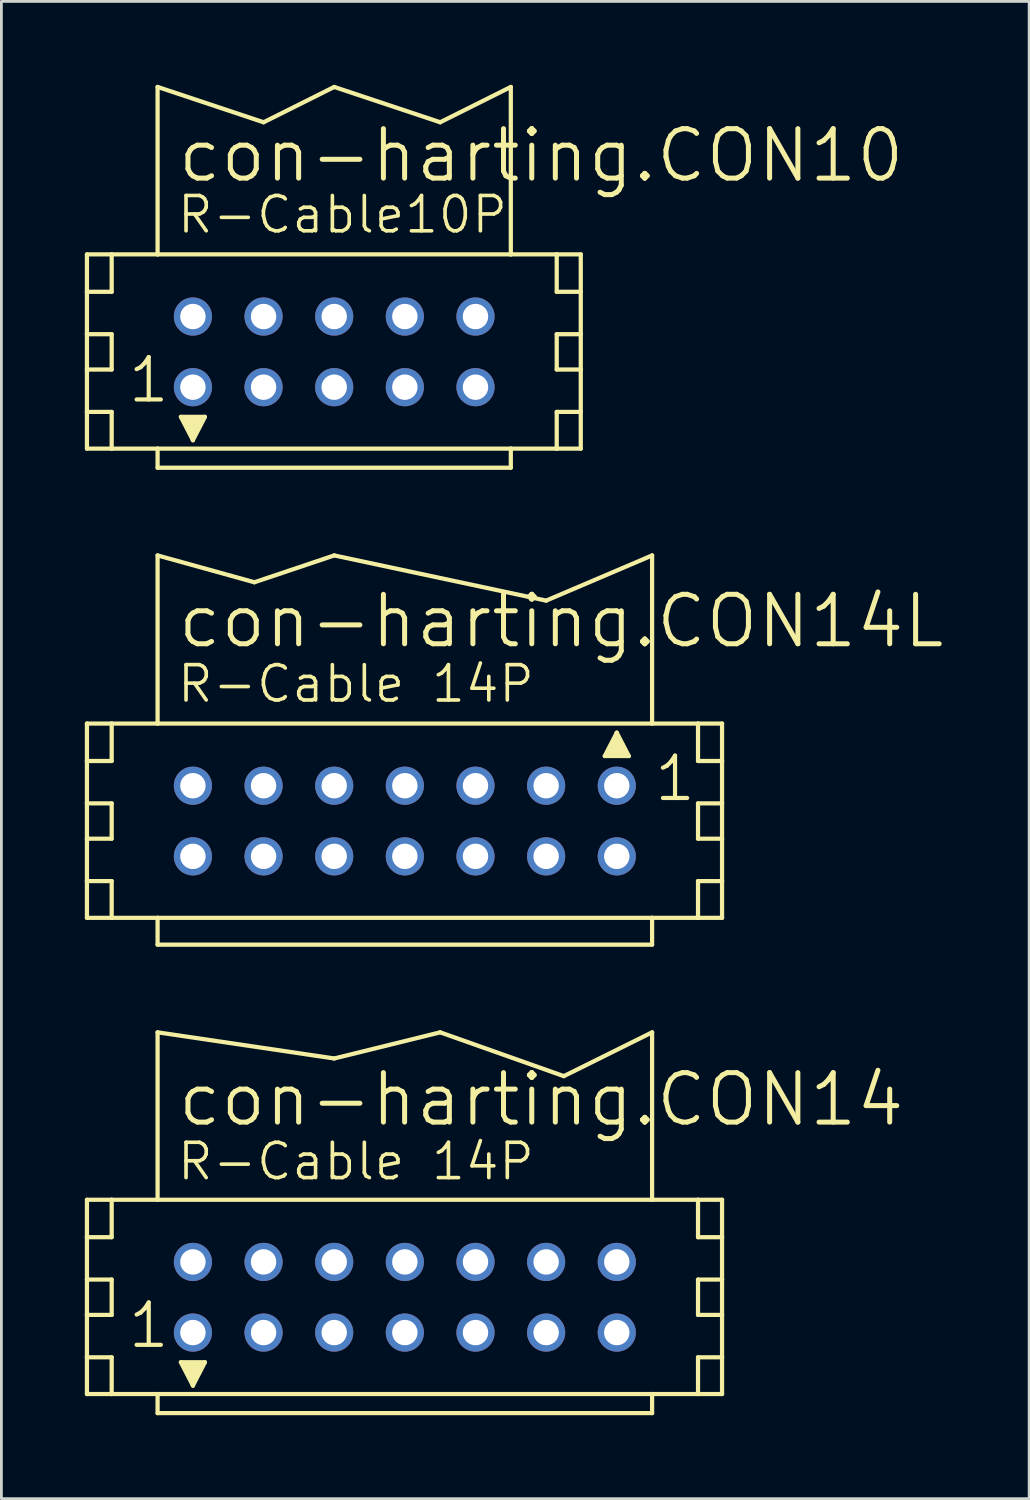
<source format=kicad_pcb>
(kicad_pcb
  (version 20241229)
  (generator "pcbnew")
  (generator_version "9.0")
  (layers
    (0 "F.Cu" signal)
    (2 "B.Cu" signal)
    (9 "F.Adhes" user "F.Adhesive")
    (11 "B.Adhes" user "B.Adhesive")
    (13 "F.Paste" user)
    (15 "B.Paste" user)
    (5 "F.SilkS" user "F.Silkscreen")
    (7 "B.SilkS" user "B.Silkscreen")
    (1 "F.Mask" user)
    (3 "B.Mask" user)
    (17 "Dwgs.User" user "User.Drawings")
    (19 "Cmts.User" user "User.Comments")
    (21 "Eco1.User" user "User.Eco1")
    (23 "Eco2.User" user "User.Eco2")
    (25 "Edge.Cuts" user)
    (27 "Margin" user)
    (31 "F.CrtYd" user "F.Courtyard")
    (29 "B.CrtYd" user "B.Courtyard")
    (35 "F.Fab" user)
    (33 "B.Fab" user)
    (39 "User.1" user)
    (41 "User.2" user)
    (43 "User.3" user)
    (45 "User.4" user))
  (footprint "con-harting.CON14L"
    (layer "F.Cu")
    (at 11.506 26.47)
    (property "Reference" "con-harting.CON14L" (at -8.255 -6.147 0) (layer "F.SilkS") (effects (font (size 1.778 1.778) (thickness 0.18)) (justify left bottom)))
    (attr through_hole)
    (fp_line (start -11.43 -3.505) (end -11.43 -2.159) (stroke (width 0.152) (type default)) (layer "F.SilkS"))
    (fp_line (start -11.43 -2.159) (end -11.43 -0.635) (stroke (width 0.152) (type default)) (layer "F.SilkS"))
    (fp_line (start -11.43 -2.159) (end -10.541 -2.159) (stroke (width 0.152) (type default)) (layer "F.SilkS"))
    (fp_line (start -11.43 -0.635) (end -11.43 0.635) (stroke (width 0.152) (type default)) (layer "F.SilkS"))
    (fp_line (start -11.43 -0.635) (end -10.541 -0.635) (stroke (width 0.152) (type default)) (layer "F.SilkS"))
    (fp_line (start -11.43 0.635) (end -11.43 2.159) (stroke (width 0.152) (type default)) (layer "F.SilkS"))
    (fp_line (start -11.43 0.635) (end -10.541 0.635) (stroke (width 0.152) (type default)) (layer "F.SilkS"))
    (fp_line (start -11.43 2.159) (end -11.43 3.48) (stroke (width 0.152) (type default)) (layer "F.SilkS"))
    (fp_line (start -11.43 2.159) (end -10.541 2.159) (stroke (width 0.152) (type default)) (layer "F.SilkS"))
    (fp_line (start -11.43 3.48) (end -10.541 3.48) (stroke (width 0.152) (type default)) (layer "F.SilkS"))
    (fp_line (start -10.541 -3.505) (end -11.43 -3.505) (stroke (width 0.152) (type default)) (layer "F.SilkS"))
    (fp_line (start -10.541 -3.505) (end -10.541 -2.159) (stroke (width 0.152) (type default)) (layer "F.SilkS"))
    (fp_line (start -10.541 -0.635) (end -10.541 0.635) (stroke (width 0.152) (type default)) (layer "F.SilkS"))
    (fp_line (start -10.541 2.159) (end -10.541 3.48) (stroke (width 0.152) (type default)) (layer "F.SilkS"))
    (fp_line (start -10.541 3.48) (end -8.89 3.48) (stroke (width 0.152) (type default)) (layer "F.SilkS"))
    (fp_line (start -8.89 -3.505) (end -10.541 -3.505) (stroke (width 0.152) (type default)) (layer "F.SilkS"))
    (fp_line (start -8.89 -3.505) (end -8.89 -9.55) (stroke (width 0.152) (type default)) (layer "F.SilkS"))
    (fp_line (start -8.89 3.48) (end -8.89 4.445) (stroke (width 0.152) (type default)) (layer "F.SilkS"))
    (fp_line (start -8.89 3.48) (end 8.89 3.48) (stroke (width 0.152) (type default)) (layer "F.SilkS"))
    (fp_line (start -5.41 -8.585) (end -8.89 -9.55) (stroke (width 0.152) (type default)) (layer "F.SilkS"))
    (fp_line (start -5.41 -8.585) (end -2.54 -9.55) (stroke (width 0.152) (type default)) (layer "F.SilkS"))
    (fp_line (start 5.08 -7.925) (end -2.54 -9.55) (stroke (width 0.152) (type default)) (layer "F.SilkS"))
    (fp_line (start 5.08 -7.925) (end 8.89 -9.55) (stroke (width 0.152) (type default)) (layer "F.SilkS"))
    (fp_line (start 7.188 -2.337) (end 7.62 -3.175) (stroke (width 0.152) (type default)) (layer "F.SilkS"))
    (fp_line (start 7.62 -3.175) (end 7.62 -2.921) (stroke (width 0.152) (type default)) (layer "F.SilkS"))
    (fp_line (start 7.62 -3.175) (end 8.052 -2.337) (stroke (width 0.152) (type default)) (layer "F.SilkS"))
    (fp_line (start 8.052 -2.337) (end 7.188 -2.337) (stroke (width 0.152) (type default)) (layer "F.SilkS"))
    (fp_line (start 8.89 -3.505) (end -8.89 -3.505) (stroke (width 0.152) (type default)) (layer "F.SilkS"))
    (fp_line (start 8.89 -3.505) (end 8.89 -9.55) (stroke (width 0.152) (type default)) (layer "F.SilkS"))
    (fp_line (start 8.89 3.48) (end 8.89 4.445) (stroke (width 0.152) (type default)) (layer "F.SilkS"))
    (fp_line (start 8.89 3.48) (end 10.541 3.48) (stroke (width 0.152) (type default)) (layer "F.SilkS"))
    (fp_line (start 8.89 4.445) (end -8.89 4.445) (stroke (width 0.152) (type default)) (layer "F.SilkS"))
    (fp_line (start 10.541 -3.505) (end 8.89 -3.505) (stroke (width 0.152) (type default)) (layer "F.SilkS"))
    (fp_line (start 10.541 -3.505) (end 10.541 -2.159) (stroke (width 0.152) (type default)) (layer "F.SilkS"))
    (fp_line (start 10.541 -2.159) (end 11.405 -2.159) (stroke (width 0.152) (type default)) (layer "F.SilkS"))
    (fp_line (start 10.541 -0.635) (end 10.541 0.635) (stroke (width 0.152) (type default)) (layer "F.SilkS"))
    (fp_line (start 10.541 -0.635) (end 11.405 -0.635) (stroke (width 0.152) (type default)) (layer "F.SilkS"))
    (fp_line (start 10.541 0.635) (end 11.405 0.635) (stroke (width 0.152) (type default)) (layer "F.SilkS"))
    (fp_line (start 10.541 2.159) (end 10.541 3.48) (stroke (width 0.152) (type default)) (layer "F.SilkS"))
    (fp_line (start 10.541 2.159) (end 11.405 2.159) (stroke (width 0.152) (type default)) (layer "F.SilkS"))
    (fp_line (start 10.541 3.48) (end 11.405 3.48) (stroke (width 0.152) (type default)) (layer "F.SilkS"))
    (fp_line (start 11.405 -3.505) (end 10.541 -3.505) (stroke (width 0.152) (type default)) (layer "F.SilkS"))
    (fp_line (start 11.405 -2.159) (end 11.405 -3.505) (stroke (width 0.152) (type default)) (layer "F.SilkS"))
    (fp_line (start 11.405 -0.635) (end 11.405 -2.159) (stroke (width 0.152) (type default)) (layer "F.SilkS"))
    (fp_line (start 11.405 0.635) (end 11.405 -0.635) (stroke (width 0.152) (type default)) (layer "F.SilkS"))
    (fp_line (start 11.405 2.159) (end 11.405 0.635) (stroke (width 0.152) (type default)) (layer "F.SilkS"))
    (fp_line (start 11.405 3.48) (end 11.405 2.159) (stroke (width 0.152) (type default)) (layer "F.SilkS"))
    (fp_rect (start 7.239 -2.388) (end 7.62 -2.515) (stroke (width 0.05) (type default)) (fill yes) (layer "F.SilkS"))
    (fp_rect (start 7.366 -2.515) (end 7.874 -2.769) (stroke (width 0.05) (type default)) (fill yes) (layer "F.SilkS"))
    (fp_rect (start 7.493 -2.718) (end 7.747 -2.972) (stroke (width 0.05) (type default)) (fill yes) (layer "F.SilkS"))
    (fp_rect (start 7.62 -2.388) (end 8.001 -2.515) (stroke (width 0.05) (type default)) (fill yes) (layer "F.SilkS"))
    (fp_text user "1" (at 8.89 -0.635 0) (layer "F.SilkS") (effects (font (size 1.524 1.524) (thickness 0.15)) (justify left bottom)))
    (fp_text user "R-Cable 14P" (at -8.255 -4.191 0) (layer "F.SilkS") (effects (font (size 1.27 1.27) (thickness 0.13)) (justify left bottom)))
    (pad "1" thru_hole circle (at 7.62 -1.27) (size 1.372 1.372) (drill 0.914) (layers "*.Cu" "*.Mask"))
    (pad "2" thru_hole circle (at 7.62 1.27) (size 1.372 1.372) (drill 0.914) (layers "*.Cu" "*.Mask"))
    (pad "3" thru_hole circle (at 5.08 -1.27) (size 1.372 1.372) (drill 0.914) (layers "*.Cu" "*.Mask"))
    (pad "4" thru_hole circle (at 5.08 1.27) (size 1.372 1.372) (drill 0.914) (layers "*.Cu" "*.Mask"))
    (pad "5" thru_hole circle (at 2.54 -1.27) (size 1.372 1.372) (drill 0.914) (layers "*.Cu" "*.Mask"))
    (pad "6" thru_hole circle (at 2.54 1.27) (size 1.372 1.372) (drill 0.914) (layers "*.Cu" "*.Mask"))
    (pad "7" thru_hole circle (at 0 -1.27) (size 1.372 1.372) (drill 0.914) (layers "*.Cu" "*.Mask"))
    (pad "8" thru_hole circle (at 0 1.27) (size 1.372 1.372) (drill 0.914) (layers "*.Cu" "*.Mask"))
    (pad "9" thru_hole circle (at -2.54 -1.27) (size 1.372 1.372) (drill 0.914) (layers "*.Cu" "*.Mask"))
    (pad "10" thru_hole circle (at -2.54 1.27) (size 1.372 1.372) (drill 0.914) (layers "*.Cu" "*.Mask"))
    (pad "11" thru_hole circle (at -5.08 -1.27) (size 1.372 1.372) (drill 0.914) (layers "*.Cu" "*.Mask"))
    (pad "12" thru_hole circle (at -5.08 1.27) (size 1.372 1.372) (drill 0.914) (layers "*.Cu" "*.Mask"))
    (pad "13" thru_hole circle (at -7.62 -1.27) (size 1.372 1.372) (drill 0.914) (layers "*.Cu" "*.Mask"))
    (pad "14" thru_hole circle (at -7.62 1.27) (size 1.372 1.372) (drill 0.914) (layers "*.Cu" "*.Mask")))
  (footprint "con-harting.CON14"
    (layer "F.Cu")
    (at 11.506 43.592)
    (property "Reference" "con-harting.CON14" (at -8.255 -6.071 0) (layer "F.SilkS") (effects (font (size 1.778 1.778) (thickness 0.18)) (justify left bottom)))
    (attr through_hole)
    (fp_line (start -11.43 -3.505) (end -11.43 -2.159) (stroke (width 0.152) (type default)) (layer "F.SilkS"))
    (fp_line (start -11.43 -2.159) (end -11.43 -0.635) (stroke (width 0.152) (type default)) (layer "F.SilkS"))
    (fp_line (start -11.43 -2.159) (end -10.541 -2.159) (stroke (width 0.152) (type default)) (layer "F.SilkS"))
    (fp_line (start -11.43 -0.635) (end -11.43 0.635) (stroke (width 0.152) (type default)) (layer "F.SilkS"))
    (fp_line (start -11.43 -0.635) (end -10.541 -0.635) (stroke (width 0.152) (type default)) (layer "F.SilkS"))
    (fp_line (start -11.43 0.635) (end -11.43 2.159) (stroke (width 0.152) (type default)) (layer "F.SilkS"))
    (fp_line (start -11.43 0.635) (end -10.541 0.635) (stroke (width 0.152) (type default)) (layer "F.SilkS"))
    (fp_line (start -11.43 2.159) (end -11.43 3.48) (stroke (width 0.152) (type default)) (layer "F.SilkS"))
    (fp_line (start -11.43 2.159) (end -10.541 2.159) (stroke (width 0.152) (type default)) (layer "F.SilkS"))
    (fp_line (start -11.43 3.48) (end -10.541 3.48) (stroke (width 0.152) (type default)) (layer "F.SilkS"))
    (fp_line (start -10.541 -3.505) (end -11.43 -3.505) (stroke (width 0.152) (type default)) (layer "F.SilkS"))
    (fp_line (start -10.541 -3.505) (end -10.541 -2.159) (stroke (width 0.152) (type default)) (layer "F.SilkS"))
    (fp_line (start -10.541 -0.635) (end -10.541 0.635) (stroke (width 0.152) (type default)) (layer "F.SilkS"))
    (fp_line (start -10.541 2.159) (end -10.541 3.48) (stroke (width 0.152) (type default)) (layer "F.SilkS"))
    (fp_line (start -10.541 3.48) (end -8.89 3.48) (stroke (width 0.152) (type default)) (layer "F.SilkS"))
    (fp_line (start -8.89 -9.525) (end -2.54 -8.585) (stroke (width 0.152) (type default)) (layer "F.SilkS"))
    (fp_line (start -8.89 -3.505) (end -10.541 -3.505) (stroke (width 0.152) (type default)) (layer "F.SilkS"))
    (fp_line (start -8.89 -3.505) (end -8.89 -9.525) (stroke (width 0.152) (type default)) (layer "F.SilkS"))
    (fp_line (start -8.89 3.48) (end -8.89 4.166) (stroke (width 0.152) (type default)) (layer "F.SilkS"))
    (fp_line (start -8.89 3.48) (end 8.89 3.48) (stroke (width 0.152) (type default)) (layer "F.SilkS"))
    (fp_line (start -8.052 2.337) (end -7.188 2.337) (stroke (width 0.152) (type default)) (layer "F.SilkS"))
    (fp_line (start -7.62 3.175) (end -8.052 2.337) (stroke (width 0.152) (type default)) (layer "F.SilkS"))
    (fp_line (start -7.62 3.175) (end -7.62 2.921) (stroke (width 0.152) (type default)) (layer "F.SilkS"))
    (fp_line (start -7.188 2.337) (end -7.62 3.175) (stroke (width 0.152) (type default)) (layer "F.SilkS"))
    (fp_line (start -2.54 -8.585) (end 1.27 -9.525) (stroke (width 0.152) (type default)) (layer "F.SilkS"))
    (fp_line (start 1.27 -9.525) (end 5.715 -7.95) (stroke (width 0.152) (type default)) (layer "F.SilkS"))
    (fp_line (start 5.715 -7.95) (end 8.89 -9.525) (stroke (width 0.152) (type default)) (layer "F.SilkS"))
    (fp_line (start 8.89 -3.505) (end -8.89 -3.505) (stroke (width 0.152) (type default)) (layer "F.SilkS"))
    (fp_line (start 8.89 -3.505) (end 8.89 -9.525) (stroke (width 0.152) (type default)) (layer "F.SilkS"))
    (fp_line (start 8.89 3.48) (end 8.89 4.166) (stroke (width 0.152) (type default)) (layer "F.SilkS"))
    (fp_line (start 8.89 3.48) (end 10.541 3.48) (stroke (width 0.152) (type default)) (layer "F.SilkS"))
    (fp_line (start 8.89 4.166) (end -8.89 4.166) (stroke (width 0.152) (type default)) (layer "F.SilkS"))
    (fp_line (start 10.541 -3.505) (end 8.89 -3.505) (stroke (width 0.152) (type default)) (layer "F.SilkS"))
    (fp_line (start 10.541 -3.505) (end 10.541 -2.159) (stroke (width 0.152) (type default)) (layer "F.SilkS"))
    (fp_line (start 10.541 -2.159) (end 11.405 -2.159) (stroke (width 0.152) (type default)) (layer "F.SilkS"))
    (fp_line (start 10.541 -0.635) (end 10.541 0.635) (stroke (width 0.152) (type default)) (layer "F.SilkS"))
    (fp_line (start 10.541 -0.635) (end 11.405 -0.635) (stroke (width 0.152) (type default)) (layer "F.SilkS"))
    (fp_line (start 10.541 0.635) (end 11.405 0.635) (stroke (width 0.152) (type default)) (layer "F.SilkS"))
    (fp_line (start 10.541 2.159) (end 10.541 3.48) (stroke (width 0.152) (type default)) (layer "F.SilkS"))
    (fp_line (start 10.541 2.159) (end 11.405 2.159) (stroke (width 0.152) (type default)) (layer "F.SilkS"))
    (fp_line (start 10.541 3.48) (end 11.405 3.48) (stroke (width 0.152) (type default)) (layer "F.SilkS"))
    (fp_line (start 11.405 -3.505) (end 10.541 -3.505) (stroke (width 0.152) (type default)) (layer "F.SilkS"))
    (fp_line (start 11.405 -2.159) (end 11.405 -3.505) (stroke (width 0.152) (type default)) (layer "F.SilkS"))
    (fp_line (start 11.405 -0.635) (end 11.405 -2.159) (stroke (width 0.152) (type default)) (layer "F.SilkS"))
    (fp_line (start 11.405 0.635) (end 11.405 -0.635) (stroke (width 0.152) (type default)) (layer "F.SilkS"))
    (fp_line (start 11.405 2.159) (end 11.405 0.635) (stroke (width 0.152) (type default)) (layer "F.SilkS"))
    (fp_line (start 11.405 3.48) (end 11.405 2.159) (stroke (width 0.152) (type default)) (layer "F.SilkS"))
    (fp_rect (start -8.001 2.515) (end -7.62 2.388) (stroke (width 0.05) (type default)) (fill yes) (layer "F.SilkS"))
    (fp_rect (start -7.874 2.769) (end -7.366 2.515) (stroke (width 0.05) (type default)) (fill yes) (layer "F.SilkS"))
    (fp_rect (start -7.747 2.972) (end -7.493 2.718) (stroke (width 0.05) (type default)) (fill yes) (layer "F.SilkS"))
    (fp_rect (start -7.62 2.515) (end -7.239 2.388) (stroke (width 0.05) (type default)) (fill yes) (layer "F.SilkS"))
    (fp_text user "1" (at -10.033 1.905 0) (layer "F.SilkS") (effects (font (size 1.524 1.524) (thickness 0.15)) (justify left bottom)))
    (fp_text user "R-Cable 14P" (at -8.255 -4.14 0) (layer "F.SilkS") (effects (font (size 1.27 1.27) (thickness 0.13)) (justify left bottom)))
    (pad "1" thru_hole circle (at -7.62 1.27) (size 1.372 1.372) (drill 0.914) (layers "*.Cu" "*.Mask"))
    (pad "2" thru_hole circle (at -7.62 -1.27) (size 1.372 1.372) (drill 0.914) (layers "*.Cu" "*.Mask"))
    (pad "3" thru_hole circle (at -5.08 1.27) (size 1.372 1.372) (drill 0.914) (layers "*.Cu" "*.Mask"))
    (pad "4" thru_hole circle (at -5.08 -1.27) (size 1.372 1.372) (drill 0.914) (layers "*.Cu" "*.Mask"))
    (pad "5" thru_hole circle (at -2.54 1.27) (size 1.372 1.372) (drill 0.914) (layers "*.Cu" "*.Mask"))
    (pad "6" thru_hole circle (at -2.54 -1.27) (size 1.372 1.372) (drill 0.914) (layers "*.Cu" "*.Mask"))
    (pad "7" thru_hole circle (at 0 1.27) (size 1.372 1.372) (drill 0.914) (layers "*.Cu" "*.Mask"))
    (pad "8" thru_hole circle (at 0 -1.27) (size 1.372 1.372) (drill 0.914) (layers "*.Cu" "*.Mask"))
    (pad "9" thru_hole circle (at 2.54 1.27) (size 1.372 1.372) (drill 0.914) (layers "*.Cu" "*.Mask"))
    (pad "10" thru_hole circle (at 2.54 -1.27) (size 1.372 1.372) (drill 0.914) (layers "*.Cu" "*.Mask"))
    (pad "11" thru_hole circle (at 5.08 1.27) (size 1.372 1.372) (drill 0.914) (layers "*.Cu" "*.Mask"))
    (pad "12" thru_hole circle (at 5.08 -1.27) (size 1.372 1.372) (drill 0.914) (layers "*.Cu" "*.Mask"))
    (pad "13" thru_hole circle (at 7.62 1.27) (size 1.372 1.372) (drill 0.914) (layers "*.Cu" "*.Mask"))
    (pad "14" thru_hole circle (at 7.62 -1.27) (size 1.372 1.372) (drill 0.914) (layers "*.Cu" "*.Mask")))
  (footprint "con-harting.CON10"
    (layer "F.Cu")
    (at 8.966 9.601)
    (property "Reference" "con-harting.CON10" (at -5.715 -6.02 0) (layer "F.SilkS") (effects (font (size 1.778 1.778) (thickness 0.18)) (justify left bottom)))
    (attr through_hole)
    (fp_line (start -8.89 -3.505) (end -8.89 -2.159) (stroke (width 0.152) (type default)) (layer "F.SilkS"))
    (fp_line (start -8.89 -2.159) (end -8.89 -0.635) (stroke (width 0.152) (type default)) (layer "F.SilkS"))
    (fp_line (start -8.89 -2.159) (end -8.001 -2.159) (stroke (width 0.152) (type default)) (layer "F.SilkS"))
    (fp_line (start -8.89 -0.635) (end -8.89 0.635) (stroke (width 0.152) (type default)) (layer "F.SilkS"))
    (fp_line (start -8.89 -0.635) (end -8.001 -0.635) (stroke (width 0.152) (type default)) (layer "F.SilkS"))
    (fp_line (start -8.89 0.635) (end -8.89 2.159) (stroke (width 0.152) (type default)) (layer "F.SilkS"))
    (fp_line (start -8.89 0.635) (end -8.001 0.635) (stroke (width 0.152) (type default)) (layer "F.SilkS"))
    (fp_line (start -8.89 2.159) (end -8.89 3.48) (stroke (width 0.152) (type default)) (layer "F.SilkS"))
    (fp_line (start -8.89 2.159) (end -8.001 2.159) (stroke (width 0.152) (type default)) (layer "F.SilkS"))
    (fp_line (start -8.89 3.48) (end -8.001 3.48) (stroke (width 0.152) (type default)) (layer "F.SilkS"))
    (fp_line (start -8.001 -3.505) (end -8.89 -3.505) (stroke (width 0.152) (type default)) (layer "F.SilkS"))
    (fp_line (start -8.001 -3.505) (end -8.001 -2.159) (stroke (width 0.152) (type default)) (layer "F.SilkS"))
    (fp_line (start -8.001 -0.635) (end -8.001 0.635) (stroke (width 0.152) (type default)) (layer "F.SilkS"))
    (fp_line (start -8.001 2.159) (end -8.001 3.48) (stroke (width 0.152) (type default)) (layer "F.SilkS"))
    (fp_line (start -8.001 3.48) (end -6.35 3.48) (stroke (width 0.152) (type default)) (layer "F.SilkS"))
    (fp_line (start -6.35 -9.525) (end -2.54 -8.255) (stroke (width 0.152) (type default)) (layer "F.SilkS"))
    (fp_line (start -6.35 -3.505) (end -8.001 -3.505) (stroke (width 0.152) (type default)) (layer "F.SilkS"))
    (fp_line (start -6.35 -3.505) (end -6.35 -9.525) (stroke (width 0.152) (type default)) (layer "F.SilkS"))
    (fp_line (start -6.35 3.48) (end -6.35 4.166) (stroke (width 0.152) (type default)) (layer "F.SilkS"))
    (fp_line (start -6.35 3.48) (end 6.35 3.48) (stroke (width 0.152) (type default)) (layer "F.SilkS"))
    (fp_line (start -5.512 2.337) (end -4.648 2.337) (stroke (width 0.152) (type default)) (layer "F.SilkS"))
    (fp_line (start -5.08 3.175) (end -5.512 2.337) (stroke (width 0.152) (type default)) (layer "F.SilkS"))
    (fp_line (start -5.08 3.175) (end -5.08 2.921) (stroke (width 0.152) (type default)) (layer "F.SilkS"))
    (fp_line (start -4.648 2.337) (end -5.08 3.175) (stroke (width 0.152) (type default)) (layer "F.SilkS"))
    (fp_line (start -2.54 -8.255) (end 0 -9.525) (stroke (width 0.152) (type default)) (layer "F.SilkS"))
    (fp_line (start 0 -9.525) (end 3.81 -8.255) (stroke (width 0.152) (type default)) (layer "F.SilkS"))
    (fp_line (start 3.81 -8.255) (end 6.35 -9.525) (stroke (width 0.152) (type default)) (layer "F.SilkS"))
    (fp_line (start 6.35 -3.505) (end -6.35 -3.505) (stroke (width 0.152) (type default)) (layer "F.SilkS"))
    (fp_line (start 6.35 -3.505) (end 6.35 -9.525) (stroke (width 0.152) (type default)) (layer "F.SilkS"))
    (fp_line (start 6.35 3.48) (end 6.35 4.166) (stroke (width 0.152) (type default)) (layer "F.SilkS"))
    (fp_line (start 6.35 3.48) (end 8.001 3.48) (stroke (width 0.152) (type default)) (layer "F.SilkS"))
    (fp_line (start 6.35 4.166) (end -6.35 4.166) (stroke (width 0.152) (type default)) (layer "F.SilkS"))
    (fp_line (start 8.001 -3.505) (end 6.35 -3.505) (stroke (width 0.152) (type default)) (layer "F.SilkS"))
    (fp_line (start 8.001 -3.505) (end 8.001 -2.159) (stroke (width 0.152) (type default)) (layer "F.SilkS"))
    (fp_line (start 8.001 -2.159) (end 8.865 -2.159) (stroke (width 0.152) (type default)) (layer "F.SilkS"))
    (fp_line (start 8.001 -0.635) (end 8.001 0.635) (stroke (width 0.152) (type default)) (layer "F.SilkS"))
    (fp_line (start 8.001 -0.635) (end 8.865 -0.635) (stroke (width 0.152) (type default)) (layer "F.SilkS"))
    (fp_line (start 8.001 0.635) (end 8.865 0.635) (stroke (width 0.152) (type default)) (layer "F.SilkS"))
    (fp_line (start 8.001 2.159) (end 8.001 3.48) (stroke (width 0.152) (type default)) (layer "F.SilkS"))
    (fp_line (start 8.001 2.159) (end 8.865 2.159) (stroke (width 0.152) (type default)) (layer "F.SilkS"))
    (fp_line (start 8.001 3.48) (end 8.865 3.48) (stroke (width 0.152) (type default)) (layer "F.SilkS"))
    (fp_line (start 8.865 -3.505) (end 8.001 -3.505) (stroke (width 0.152) (type default)) (layer "F.SilkS"))
    (fp_line (start 8.865 -2.159) (end 8.865 -3.505) (stroke (width 0.152) (type default)) (layer "F.SilkS"))
    (fp_line (start 8.865 -0.635) (end 8.865 -2.159) (stroke (width 0.152) (type default)) (layer "F.SilkS"))
    (fp_line (start 8.865 0.635) (end 8.865 -0.635) (stroke (width 0.152) (type default)) (layer "F.SilkS"))
    (fp_line (start 8.865 2.159) (end 8.865 0.635) (stroke (width 0.152) (type default)) (layer "F.SilkS"))
    (fp_line (start 8.865 3.48) (end 8.865 2.159) (stroke (width 0.152) (type default)) (layer "F.SilkS"))
    (fp_rect (start -5.461 2.515) (end -5.08 2.388) (stroke (width 0.05) (type default)) (fill yes) (layer "F.SilkS"))
    (fp_rect (start -5.334 2.769) (end -4.826 2.515) (stroke (width 0.05) (type default)) (fill yes) (layer "F.SilkS"))
    (fp_rect (start -5.207 2.972) (end -4.953 2.718) (stroke (width 0.05) (type default)) (fill yes) (layer "F.SilkS"))
    (fp_rect (start -5.08 2.515) (end -4.699 2.388) (stroke (width 0.05) (type default)) (fill yes) (layer "F.SilkS"))
    (fp_text user "1" (at -7.493 1.905 0) (layer "F.SilkS") (effects (font (size 1.524 1.524) (thickness 0.15)) (justify left bottom)))
    (fp_text user "R-Cable10P" (at -5.715 -4.191 0) (layer "F.SilkS") (effects (font (size 1.27 1.27) (thickness 0.13)) (justify left bottom)))
    (pad "1" thru_hole circle (at -5.08 1.27) (size 1.372 1.372) (drill 0.914) (layers "*.Cu" "*.Mask"))
    (pad "2" thru_hole circle (at -5.08 -1.27) (size 1.372 1.372) (drill 0.914) (layers "*.Cu" "*.Mask"))
    (pad "3" thru_hole circle (at -2.54 1.27) (size 1.372 1.372) (drill 0.914) (layers "*.Cu" "*.Mask"))
    (pad "4" thru_hole circle (at -2.54 -1.27) (size 1.372 1.372) (drill 0.914) (layers "*.Cu" "*.Mask"))
    (pad "5" thru_hole circle (at 0 1.27) (size 1.372 1.372) (drill 0.914) (layers "*.Cu" "*.Mask"))
    (pad "6" thru_hole circle (at 0 -1.27) (size 1.372 1.372) (drill 0.914) (layers "*.Cu" "*.Mask"))
    (pad "7" thru_hole circle (at 2.54 1.27) (size 1.372 1.372) (drill 0.914) (layers "*.Cu" "*.Mask"))
    (pad "8" thru_hole circle (at 2.54 -1.27) (size 1.372 1.372) (drill 0.914) (layers "*.Cu" "*.Mask"))
    (pad "9" thru_hole circle (at 5.08 1.27) (size 1.372 1.372) (drill 0.914) (layers "*.Cu" "*.Mask"))
    (pad "10" thru_hole circle (at 5.08 -1.27) (size 1.372 1.372) (drill 0.914) (layers "*.Cu" "*.Mask")))
  (gr_rect
    (start -3 -3)
    (end 33.952 50.834)
    (stroke (width 0.1) (type default))
    (fill no)
    (layer "Edge.Cuts")))
</source>
